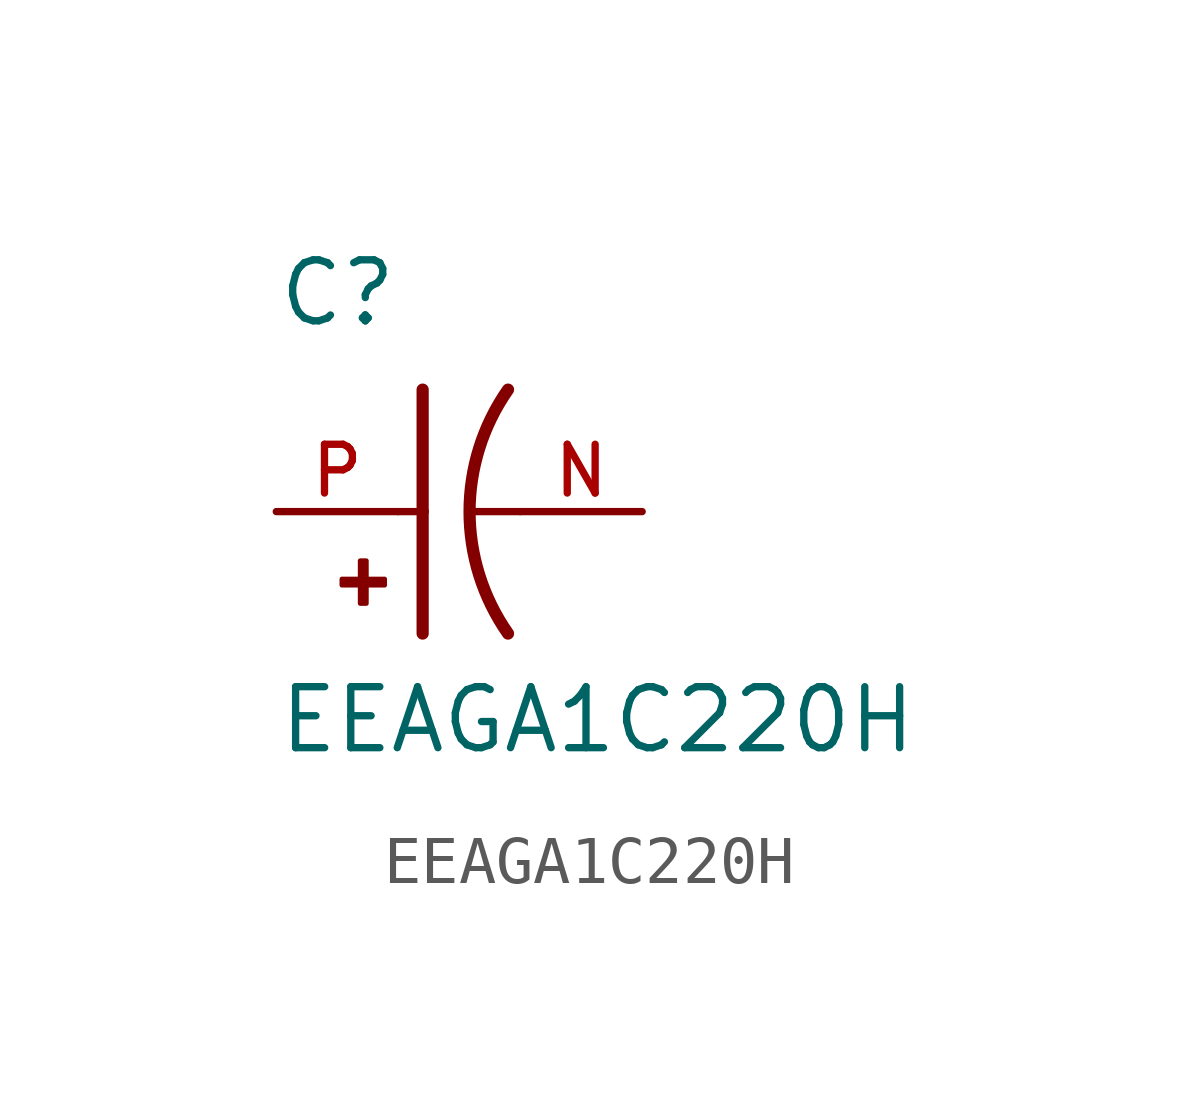
<source format=kicad_sym>
(kicad_symbol_lib
  (version 20211014)
  (generator kicad_symbol_editor)
  (symbol "EEAGA1C220H"
    (pin_names
      (offset 1.016))
    (property "Reference" "C"
      (at -2.54 3.81 0)
      (effects (font (size 1.27 1.27)) (justify bottom left)))
    (property "Value" "EEAGA1C220H"
      (at -2.54 -5.08 0)
      (effects (font (size 1.27 1.27)) (justify bottom left)))
    (symbol "EEAGA1C220H_0_0"
      (arc (start 2.286 -2.54) (mid 1.4851 -0.0) (end 2.286 2.54) (stroke (width 0.254) (type default) (color 0 0 0 0)) (fill (type none)))
      (polyline (pts (xy 0.508 2.54) (xy 0.508 0.0)) (stroke (width 0.254)))
      (rectangle (start -1.173 -1.532) (end -0.284 -1.405) (stroke (width 0.1)) (fill (type outline)))
      (rectangle (start -0.792 -1.913) (end -0.665 -1.024) (stroke (width 0.1)) (fill (type outline)))
      (polyline (pts (xy 0.508 0.0) (xy 0.508 -2.54)) (stroke (width 0.254)))
      (polyline (pts (xy 0.0 0.0) (xy 0.508 0.0)) (stroke (width 0.152)))
      (polyline (pts (xy 2.54 0.0) (xy 1.524 0.0)) (stroke (width 0.152)))
      (pin passive line (at -2.54 0.0 0) (length 2.54) (name "~" (effects (font (size 1.016 1.016)))) (number "P" (effects (font (size 1.016 1.016)))))
      (pin passive line (at 5.08 0.0 180.0) (length 2.54) (name "~" (effects (font (size 1.016 1.016)))) (number "N" (effects (font (size 1.016 1.016))))))))
</source>
